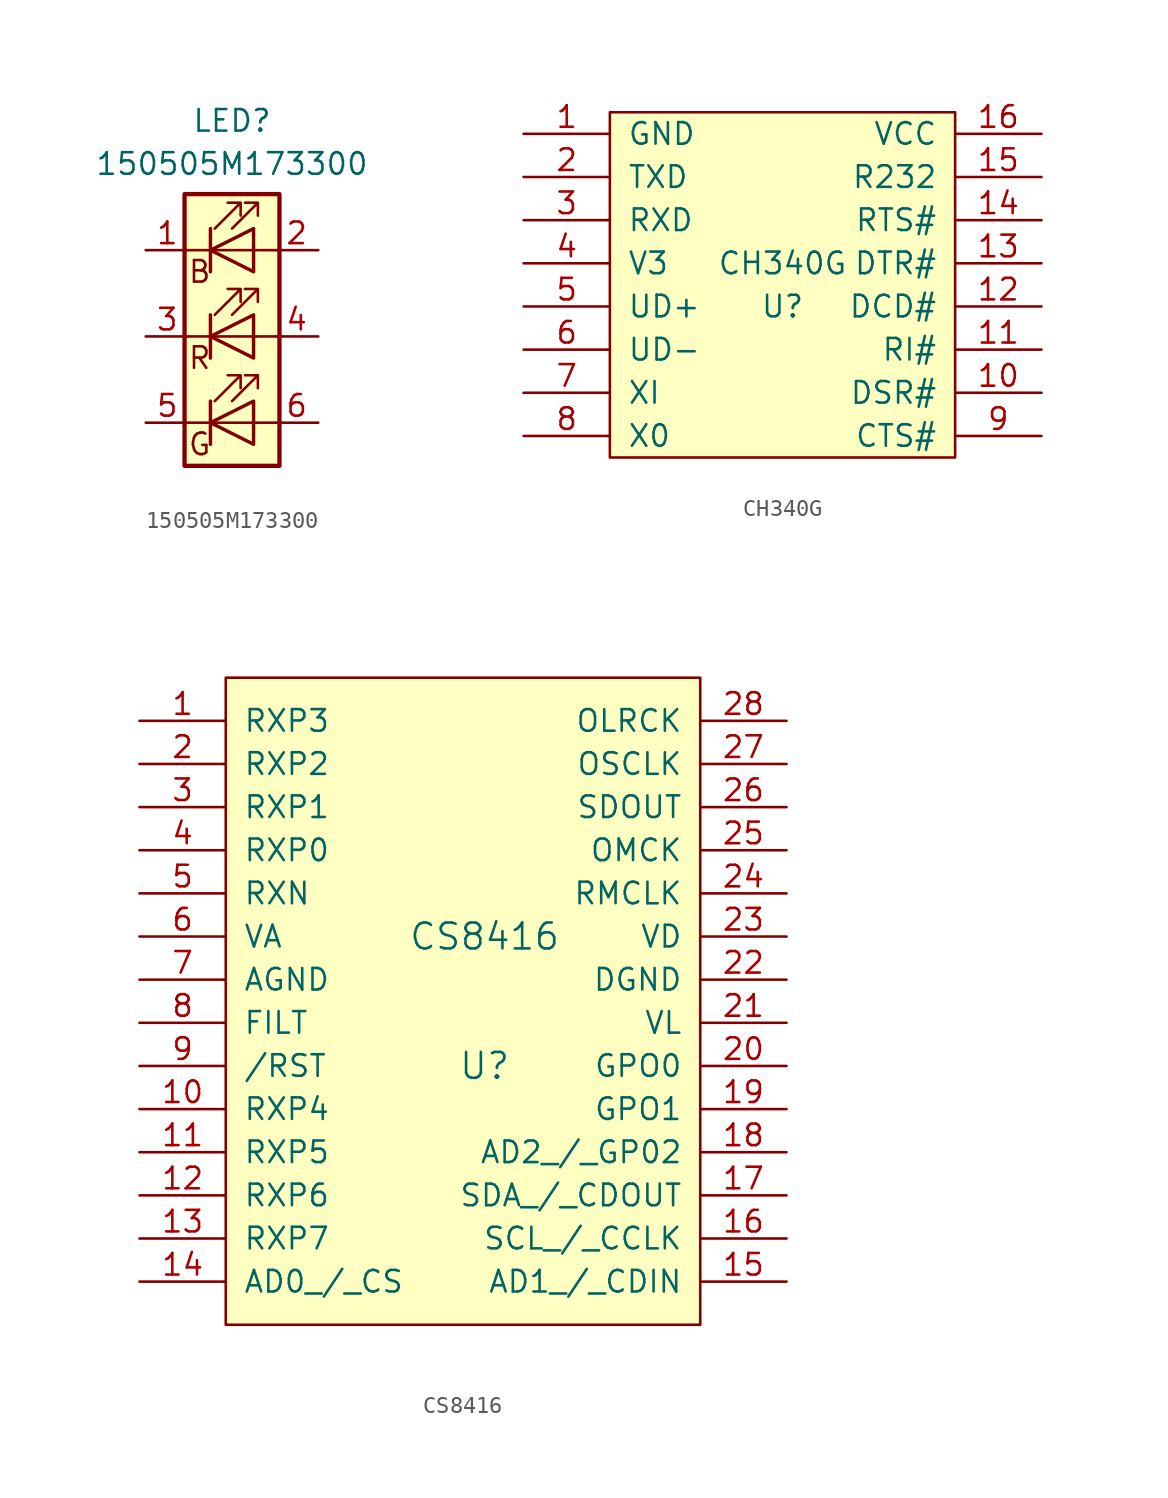
<source format=kicad_sym>
(kicad_symbol_lib
  (version 20211014)
  (generator kicad_symbol_editor)
  (symbol "150505M173300"
    (pin_names
      (offset 0) hide)
    (property "Reference" "LED"
      (at 0 12.7 0)
      (effects (font (size 1.27 1.27))))
    (property "Value" "150505M173300"
      (at 0 10.16 0)
      (effects (font (size 1.27 1.27))))
    (symbol "150505M173300_0_0"
      (text "B" (at -1.905 3.81 0) (effects (font (size 1.27 1.27))))
      (text "G" (at -1.905 -6.35 0) (effects (font (size 1.27 1.27))))
      (text "R" (at -1.905 -1.27 0) (effects (font (size 1.27 1.27)))))
    (symbol "150505M173300_0_1"
      (polyline (pts (xy -1.27 -5.08) (xy -2.54 -5.08)) (stroke (width 0) (type default) (color 0 0 0 0)) (fill (type none)))
      (polyline (pts (xy -1.27 -5.08) (xy 1.27 -5.08)) (stroke (width 0) (type default) (color 0 0 0 0)) (fill (type none)))
      (polyline (pts (xy -1.27 -3.81) (xy -1.27 -6.35)) (stroke (width 0) (type default) (color 0 0 0 0)) (fill (type none)))
      (polyline (pts (xy -1.27 -3.81) (xy -1.27 -6.35)) (stroke (width 0.203) (type default) (color 0 0 0 0)) (fill (type none)))
      (polyline (pts (xy -1.27 0) (xy -2.54 0)) (stroke (width 0) (type default) (color 0 0 0 0)) (fill (type none)))
      (polyline (pts (xy -1.27 1.27) (xy -1.27 -1.27)) (stroke (width 0.203) (type default) (color 0 0 0 0)) (fill (type none)))
      (polyline (pts (xy -1.27 5.08) (xy -2.54 5.08)) (stroke (width 0) (type default) (color 0 0 0 0)) (fill (type none)))
      (polyline (pts (xy -1.27 5.08) (xy 1.27 5.08)) (stroke (width 0) (type default) (color 0 0 0 0)) (fill (type none)))
      (polyline (pts (xy -1.27 6.35) (xy -1.27 3.81)) (stroke (width 0.203) (type default) (color 0 0 0 0)) (fill (type none)))
      (polyline (pts (xy 1.27 -5.08) (xy 2.54 -5.08)) (stroke (width 0) (type default) (color 0 0 0 0)) (fill (type none)))
      (polyline (pts (xy 1.27 0) (xy -1.27 0)) (stroke (width 0) (type default) (color 0 0 0 0)) (fill (type none)))
      (polyline (pts (xy 1.27 0) (xy 2.54 0)) (stroke (width 0) (type default) (color 0 0 0 0)) (fill (type none)))
      (polyline (pts (xy 1.27 5.08) (xy 2.54 5.08)) (stroke (width 0) (type default) (color 0 0 0 0)) (fill (type none)))
      (polyline (pts (xy -1.27 1.27) (xy -1.27 -1.27) (xy -1.27 -1.27)) (stroke (width 0) (type default) (color 0 0 0 0)) (fill (type none)))
      (polyline (pts (xy -1.27 6.35) (xy -1.27 3.81) (xy -1.27 3.81)) (stroke (width 0) (type default) (color 0 0 0 0)) (fill (type none)))
      (polyline (pts (xy 1.27 -3.81) (xy 1.27 -6.35) (xy -1.27 -5.08) (xy 1.27 -3.81)) (stroke (width 0.203) (type default) (color 0 0 0 0)) (fill (type none)))
      (polyline (pts (xy 1.27 1.27) (xy 1.27 -1.27) (xy -1.27 0) (xy 1.27 1.27)) (stroke (width 0.203) (type default) (color 0 0 0 0)) (fill (type none)))
      (polyline (pts (xy 1.27 6.35) (xy 1.27 3.81) (xy -1.27 5.08) (xy 1.27 6.35)) (stroke (width 0.203) (type default) (color 0 0 0 0)) (fill (type none)))
      (polyline (pts (xy -1.016 -3.81) (xy 0.508 -2.286) (xy -0.254 -2.286) (xy 0.508 -2.286) (xy 0.508 -3.048)) (stroke (width 0) (type default) (color 0 0 0 0)) (fill (type none)))
      (polyline (pts (xy -1.016 1.27) (xy 0.508 2.794) (xy -0.254 2.794) (xy 0.508 2.794) (xy 0.508 2.032)) (stroke (width 0) (type default) (color 0 0 0 0)) (fill (type none)))
      (polyline (pts (xy -1.016 6.35) (xy 0.508 7.874) (xy -0.254 7.874) (xy 0.508 7.874) (xy 0.508 7.112)) (stroke (width 0) (type default) (color 0 0 0 0)) (fill (type none)))
      (polyline (pts (xy 0 -3.81) (xy 1.524 -2.286) (xy 0.762 -2.286) (xy 1.524 -2.286) (xy 1.524 -3.048)) (stroke (width 0) (type default) (color 0 0 0 0)) (fill (type none)))
      (polyline (pts (xy 0 1.27) (xy 1.524 2.794) (xy 0.762 2.794) (xy 1.524 2.794) (xy 1.524 2.032)) (stroke (width 0) (type default) (color 0 0 0 0)) (fill (type none)))
      (polyline (pts (xy 0 6.35) (xy 1.524 7.874) (xy 0.762 7.874) (xy 1.524 7.874) (xy 1.524 7.112)) (stroke (width 0) (type default) (color 0 0 0 0)) (fill (type none)))
      (rectangle (start 1.27 -1.27) (end 1.27 1.27) (stroke (width 0) (type default) (color 0 0 0 0)) (fill (type none)))
      (rectangle (start 1.27 1.27) (end 1.27 1.27) (stroke (width 0) (type default) (color 0 0 0 0)) (fill (type none)))
      (rectangle (start 1.27 3.81) (end 1.27 6.35) (stroke (width 0) (type default) (color 0 0 0 0)) (fill (type none)))
      (rectangle (start 1.27 6.35) (end 1.27 6.35) (stroke (width 0) (type default) (color 0 0 0 0)) (fill (type none)))
      (rectangle (start 2.794 8.382) (end -2.794 -7.62) (stroke (width 0.254) (type default) (color 0 0 0 0)) (fill (type background))))
    (symbol "150505M173300_1_1"
      (pin passive line (at -5.08 5.08 0) (length 2.54) (name "BA" (effects (font (size 1.27 1.27)))) (number "1" (effects (font (size 1.27 1.27)))))
      (pin passive line (at 5.08 5.08 180) (length 2.54) (name "RA" (effects (font (size 1.27 1.27)))) (number "2" (effects (font (size 1.27 1.27)))))
      (pin passive line (at -5.08 0 0) (length 2.54) (name "GA" (effects (font (size 1.27 1.27)))) (number "3" (effects (font (size 1.27 1.27)))))
      (pin passive line (at 5.08 0 180) (length 2.54) (name "GK" (effects (font (size 1.27 1.27)))) (number "4" (effects (font (size 1.27 1.27)))))
      (pin passive line (at -5.08 -5.08 0) (length 2.54) (name "RK" (effects (font (size 1.27 1.27)))) (number "5" (effects (font (size 1.27 1.27)))))
      (pin passive line (at 5.08 -5.08 180) (length 2.54) (name "BK" (effects (font (size 1.27 1.27)))) (number "6" (effects (font (size 1.27 1.27)))))))
  (symbol "CH340G"
    (pin_names
      (offset 1.016))
    (property "Reference" "U"
      (at 0 -1.27 0)
      (effects (font (size 1.27 1.27))))
    (property "Value" "CH340G"
      (at 0 1.27 0)
      (effects (font (size 1.27 1.27))))
    (symbol "CH340G_0_1"
      (rectangle (start -10.16 10.16) (end 10.16 -10.16) (stroke (width 0) (type default) (color 0 0 0 0)) (fill (type background))))
    (symbol "CH340G_1_1"
      (pin power_in line (at -15.24 8.89 0) (length 5.08) (name "GND" (effects (font (size 1.27 1.27)))) (number "1" (effects (font (size 1.27 1.27)))))
      (pin input line (at 15.24 -6.35 180) (length 5.08) (name "DSR#" (effects (font (size 1.27 1.27)))) (number "10" (effects (font (size 1.27 1.27)))))
      (pin input line (at 15.24 -3.81 180) (length 5.08) (name "RI#" (effects (font (size 1.27 1.27)))) (number "11" (effects (font (size 1.27 1.27)))))
      (pin input line (at 15.24 -1.27 180) (length 5.08) (name "DCD#" (effects (font (size 1.27 1.27)))) (number "12" (effects (font (size 1.27 1.27)))))
      (pin output line (at 15.24 1.27 180) (length 5.08) (name "DTR#" (effects (font (size 1.27 1.27)))) (number "13" (effects (font (size 1.27 1.27)))))
      (pin output line (at 15.24 3.81 180) (length 5.08) (name "RTS#" (effects (font (size 1.27 1.27)))) (number "14" (effects (font (size 1.27 1.27)))))
      (pin input line (at 15.24 6.35 180) (length 5.08) (name "R232" (effects (font (size 1.27 1.27)))) (number "15" (effects (font (size 1.27 1.27)))))
      (pin power_in line (at 15.24 8.89 180) (length 5.08) (name "VCC" (effects (font (size 1.27 1.27)))) (number "16" (effects (font (size 1.27 1.27)))))
      (pin output line (at -15.24 6.35 0) (length 5.08) (name "TXD" (effects (font (size 1.27 1.27)))) (number "2" (effects (font (size 1.27 1.27)))))
      (pin input line (at -15.24 3.81 0) (length 5.08) (name "RXD" (effects (font (size 1.27 1.27)))) (number "3" (effects (font (size 1.27 1.27)))))
      (pin power_out line (at -15.24 1.27 0) (length 5.08) (name "V3" (effects (font (size 1.27 1.27)))) (number "4" (effects (font (size 1.27 1.27)))))
      (pin bidirectional line (at -15.24 -1.27 0) (length 5.08) (name "UD+" (effects (font (size 1.27 1.27)))) (number "5" (effects (font (size 1.27 1.27)))))
      (pin bidirectional line (at -15.24 -3.81 0) (length 5.08) (name "UD-" (effects (font (size 1.27 1.27)))) (number "6" (effects (font (size 1.27 1.27)))))
      (pin input line (at -15.24 -6.35 0) (length 5.08) (name "XI" (effects (font (size 1.27 1.27)))) (number "7" (effects (font (size 1.27 1.27)))))
      (pin output line (at -15.24 -8.89 0) (length 5.08) (name "X0" (effects (font (size 1.27 1.27)))) (number "8" (effects (font (size 1.27 1.27)))))
      (pin input line (at 15.24 -8.89 180) (length 5.08) (name "CTS#" (effects (font (size 1.27 1.27)))) (number "9" (effects (font (size 1.27 1.27)))))))
  (symbol "CS8416"
    (pin_names
      (offset 1.016))
    (property "Reference" "U"
      (at 1.27 -3.81 0)
      (effects (font (size 1.524 1.524))))
    (property "Value" "CS8416"
      (at 1.27 3.81 0)
      (effects (font (size 1.524 1.524))))
    (symbol "CS8416_0_1"
      (rectangle (start -13.97 19.05) (end 13.97 -19.05) (stroke (width 0) (type default) (color 0 0 0 0)) (fill (type background))))
    (symbol "CS8416_1_1"
      (pin input line (at -19.05 16.51 0) (length 5.08) (name "RXP3" (effects (font (size 1.27 1.27)))) (number "1" (effects (font (size 1.27 1.27)))))
      (pin input line (at -19.05 -6.35 0) (length 5.08) (name "RXP4" (effects (font (size 1.27 1.27)))) (number "10" (effects (font (size 1.27 1.27)))))
      (pin input line (at -19.05 -8.89 0) (length 5.08) (name "RXP5" (effects (font (size 1.27 1.27)))) (number "11" (effects (font (size 1.27 1.27)))))
      (pin input line (at -19.05 -11.43 0) (length 5.08) (name "RXP6" (effects (font (size 1.27 1.27)))) (number "12" (effects (font (size 1.27 1.27)))))
      (pin input line (at -19.05 -13.97 0) (length 5.08) (name "RXP7" (effects (font (size 1.27 1.27)))) (number "13" (effects (font (size 1.27 1.27)))))
      (pin input line (at -19.05 -16.51 0) (length 5.08) (name "AD0_/_CS" (effects (font (size 1.27 1.27)))) (number "14" (effects (font (size 1.27 1.27)))))
      (pin input line (at 19.05 -16.51 180) (length 5.08) (name "AD1_/_CDIN" (effects (font (size 1.27 1.27)))) (number "15" (effects (font (size 1.27 1.27)))))
      (pin input line (at 19.05 -13.97 180) (length 5.08) (name "SCL_/_CCLK" (effects (font (size 1.27 1.27)))) (number "16" (effects (font (size 1.27 1.27)))))
      (pin input line (at 19.05 -11.43 180) (length 5.08) (name "SDA_/_CDOUT" (effects (font (size 1.27 1.27)))) (number "17" (effects (font (size 1.27 1.27)))))
      (pin input line (at 19.05 -8.89 180) (length 5.08) (name "AD2_/_GP02" (effects (font (size 1.27 1.27)))) (number "18" (effects (font (size 1.27 1.27)))))
      (pin input line (at 19.05 -6.35 180) (length 5.08) (name "GPO1" (effects (font (size 1.27 1.27)))) (number "19" (effects (font (size 1.27 1.27)))))
      (pin input line (at -19.05 13.97 0) (length 5.08) (name "RXP2" (effects (font (size 1.27 1.27)))) (number "2" (effects (font (size 1.27 1.27)))))
      (pin input line (at 19.05 -3.81 180) (length 5.08) (name "GPO0" (effects (font (size 1.27 1.27)))) (number "20" (effects (font (size 1.27 1.27)))))
      (pin input line (at 19.05 -1.27 180) (length 5.08) (name "VL" (effects (font (size 1.27 1.27)))) (number "21" (effects (font (size 1.27 1.27)))))
      (pin input line (at 19.05 1.27 180) (length 5.08) (name "DGND" (effects (font (size 1.27 1.27)))) (number "22" (effects (font (size 1.27 1.27)))))
      (pin input line (at 19.05 3.81 180) (length 5.08) (name "VD" (effects (font (size 1.27 1.27)))) (number "23" (effects (font (size 1.27 1.27)))))
      (pin input line (at 19.05 6.35 180) (length 5.08) (name "RMCLK" (effects (font (size 1.27 1.27)))) (number "24" (effects (font (size 1.27 1.27)))))
      (pin input line (at 19.05 8.89 180) (length 5.08) (name "OMCK" (effects (font (size 1.27 1.27)))) (number "25" (effects (font (size 1.27 1.27)))))
      (pin input line (at 19.05 11.43 180) (length 5.08) (name "SDOUT" (effects (font (size 1.27 1.27)))) (number "26" (effects (font (size 1.27 1.27)))))
      (pin input line (at 19.05 13.97 180) (length 5.08) (name "OSCLK" (effects (font (size 1.27 1.27)))) (number "27" (effects (font (size 1.27 1.27)))))
      (pin input line (at 19.05 16.51 180) (length 5.08) (name "OLRCK" (effects (font (size 1.27 1.27)))) (number "28" (effects (font (size 1.27 1.27)))))
      (pin input line (at -19.05 11.43 0) (length 5.08) (name "RXP1" (effects (font (size 1.27 1.27)))) (number "3" (effects (font (size 1.27 1.27)))))
      (pin input line (at -19.05 8.89 0) (length 5.08) (name "RXP0" (effects (font (size 1.27 1.27)))) (number "4" (effects (font (size 1.27 1.27)))))
      (pin input line (at -19.05 6.35 0) (length 5.08) (name "RXN" (effects (font (size 1.27 1.27)))) (number "5" (effects (font (size 1.27 1.27)))))
      (pin input line (at -19.05 3.81 0) (length 5.08) (name "VA" (effects (font (size 1.27 1.27)))) (number "6" (effects (font (size 1.27 1.27)))))
      (pin input line (at -19.05 1.27 0) (length 5.08) (name "AGND" (effects (font (size 1.27 1.27)))) (number "7" (effects (font (size 1.27 1.27)))))
      (pin input line (at -19.05 -1.27 0) (length 5.08) (name "FILT" (effects (font (size 1.27 1.27)))) (number "8" (effects (font (size 1.27 1.27)))))
      (pin input line (at -19.05 -3.81 0) (length 5.08) (name "/RST" (effects (font (size 1.27 1.27)))) (number "9" (effects (font (size 1.27 1.27))))))))
</source>
